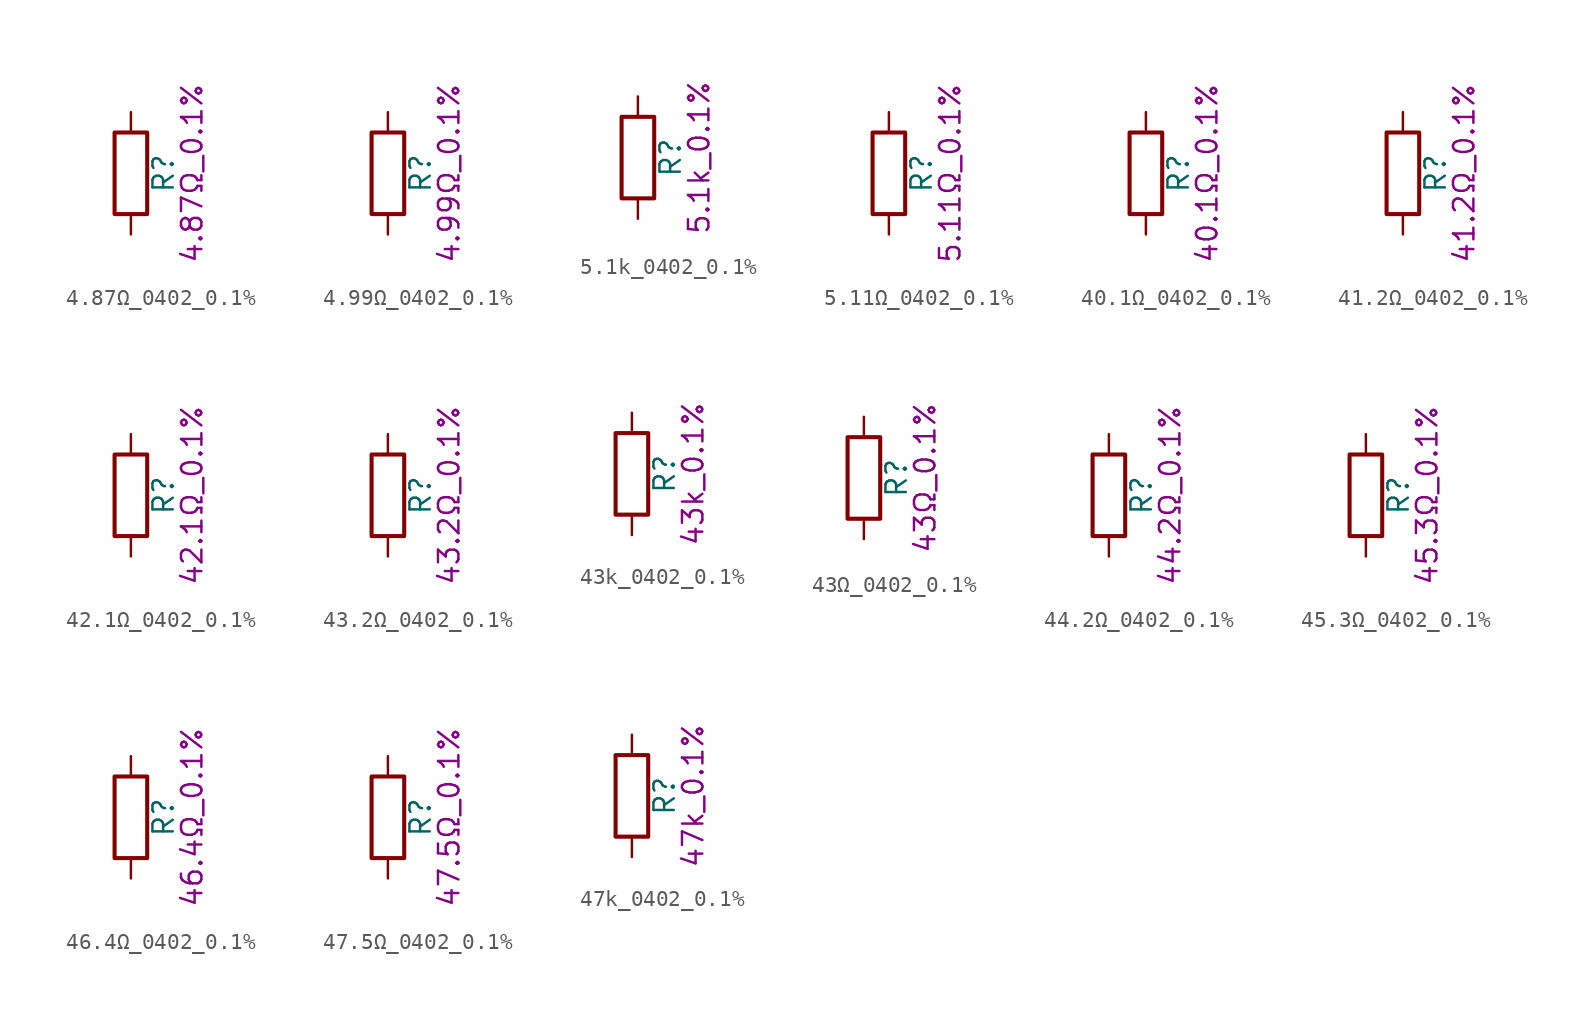
<source format=kicad_sym>
(kicad_symbol_lib
  (version 20211014)
  (generator kicad_symbol_editor)
  (symbol "4.87Ω_0402_0.1%"
    (pin_numbers hide)
    (pin_names
      (offset 0))
    (property "Reference" "R"
      (at 2.032 0 90)
      (effects (font (size 1.27 1.27))))
    (property "Display" "4.87Ω_0.1%"
      (at 3.81 0 90)
      (effects (font (size 1.27 1.27))))
    (symbol "4.87Ω_0402_0.1%_0_1"
      (rectangle (start -1.016 -2.54) (end 1.016 2.54) (stroke (width 0.254) (type default) (color 0 0 0 0)) (fill (type none))))
    (symbol "4.87Ω_0402_0.1%_1_1"
      (pin passive line (at 0 3.81 270) (length 1.27) (name "~" (effects (font (size 1.27 1.27)))) (number "1" (effects (font (size 1.27 1.27)))))
      (pin passive line (at 0 -3.81 90) (length 1.27) (name "~" (effects (font (size 1.27 1.27)))) (number "2" (effects (font (size 1.27 1.27)))))))
  (symbol "4.99Ω_0402_0.1%"
    (pin_numbers hide)
    (pin_names
      (offset 0))
    (property "Reference" "R"
      (at 2.032 0 90)
      (effects (font (size 1.27 1.27))))
    (property "Display" "4.99Ω_0.1%"
      (at 3.81 0 90)
      (effects (font (size 1.27 1.27))))
    (symbol "4.99Ω_0402_0.1%_0_1"
      (rectangle (start -1.016 -2.54) (end 1.016 2.54) (stroke (width 0.254) (type default) (color 0 0 0 0)) (fill (type none))))
    (symbol "4.99Ω_0402_0.1%_1_1"
      (pin passive line (at 0 3.81 270) (length 1.27) (name "~" (effects (font (size 1.27 1.27)))) (number "1" (effects (font (size 1.27 1.27)))))
      (pin passive line (at 0 -3.81 90) (length 1.27) (name "~" (effects (font (size 1.27 1.27)))) (number "2" (effects (font (size 1.27 1.27)))))))
  (symbol "5.1k_0402_0.1%"
    (pin_numbers hide)
    (pin_names
      (offset 0))
    (property "Reference" "R"
      (at 2.032 0 90)
      (effects (font (size 1.27 1.27))))
    (property "Display" "5.1k_0.1%"
      (at 3.81 0 90)
      (effects (font (size 1.27 1.27))))
    (symbol "5.1k_0402_0.1%_0_1"
      (rectangle (start -1.016 -2.54) (end 1.016 2.54) (stroke (width 0.254) (type default) (color 0 0 0 0)) (fill (type none))))
    (symbol "5.1k_0402_0.1%_1_1"
      (pin passive line (at 0 3.81 270) (length 1.27) (name "~" (effects (font (size 1.27 1.27)))) (number "1" (effects (font (size 1.27 1.27)))))
      (pin passive line (at 0 -3.81 90) (length 1.27) (name "~" (effects (font (size 1.27 1.27)))) (number "2" (effects (font (size 1.27 1.27)))))))
  (symbol "5.11Ω_0402_0.1%"
    (pin_numbers hide)
    (pin_names
      (offset 0))
    (property "Reference" "R"
      (at 2.032 0 90)
      (effects (font (size 1.27 1.27))))
    (property "Display" "5.11Ω_0.1%"
      (at 3.81 0 90)
      (effects (font (size 1.27 1.27))))
    (symbol "5.11Ω_0402_0.1%_0_1"
      (rectangle (start -1.016 -2.54) (end 1.016 2.54) (stroke (width 0.254) (type default) (color 0 0 0 0)) (fill (type none))))
    (symbol "5.11Ω_0402_0.1%_1_1"
      (pin passive line (at 0 3.81 270) (length 1.27) (name "~" (effects (font (size 1.27 1.27)))) (number "1" (effects (font (size 1.27 1.27)))))
      (pin passive line (at 0 -3.81 90) (length 1.27) (name "~" (effects (font (size 1.27 1.27)))) (number "2" (effects (font (size 1.27 1.27)))))))
  (symbol "40.1Ω_0402_0.1%"
    (pin_numbers hide)
    (pin_names
      (offset 0))
    (property "Reference" "R"
      (at 2.032 0 90)
      (effects (font (size 1.27 1.27))))
    (property "Display" "40.1Ω_0.1%"
      (at 3.81 0 90)
      (effects (font (size 1.27 1.27))))
    (symbol "40.1Ω_0402_0.1%_0_1"
      (rectangle (start -1.016 -2.54) (end 1.016 2.54) (stroke (width 0.254) (type default) (color 0 0 0 0)) (fill (type none))))
    (symbol "40.1Ω_0402_0.1%_1_1"
      (pin passive line (at 0 3.81 270) (length 1.27) (name "~" (effects (font (size 1.27 1.27)))) (number "1" (effects (font (size 1.27 1.27)))))
      (pin passive line (at 0 -3.81 90) (length 1.27) (name "~" (effects (font (size 1.27 1.27)))) (number "2" (effects (font (size 1.27 1.27)))))))
  (symbol "41.2Ω_0402_0.1%"
    (pin_numbers hide)
    (pin_names
      (offset 0))
    (property "Reference" "R"
      (at 2.032 0 90)
      (effects (font (size 1.27 1.27))))
    (property "Display" "41.2Ω_0.1%"
      (at 3.81 0 90)
      (effects (font (size 1.27 1.27))))
    (symbol "41.2Ω_0402_0.1%_0_1"
      (rectangle (start -1.016 -2.54) (end 1.016 2.54) (stroke (width 0.254) (type default) (color 0 0 0 0)) (fill (type none))))
    (symbol "41.2Ω_0402_0.1%_1_1"
      (pin passive line (at 0 3.81 270) (length 1.27) (name "~" (effects (font (size 1.27 1.27)))) (number "1" (effects (font (size 1.27 1.27)))))
      (pin passive line (at 0 -3.81 90) (length 1.27) (name "~" (effects (font (size 1.27 1.27)))) (number "2" (effects (font (size 1.27 1.27)))))))
  (symbol "42.1Ω_0402_0.1%"
    (pin_numbers hide)
    (pin_names
      (offset 0))
    (property "Reference" "R"
      (at 2.032 0 90)
      (effects (font (size 1.27 1.27))))
    (property "Display" "42.1Ω_0.1%"
      (at 3.81 0 90)
      (effects (font (size 1.27 1.27))))
    (symbol "42.1Ω_0402_0.1%_0_1"
      (rectangle (start -1.016 -2.54) (end 1.016 2.54) (stroke (width 0.254) (type default) (color 0 0 0 0)) (fill (type none))))
    (symbol "42.1Ω_0402_0.1%_1_1"
      (pin passive line (at 0 3.81 270) (length 1.27) (name "~" (effects (font (size 1.27 1.27)))) (number "1" (effects (font (size 1.27 1.27)))))
      (pin passive line (at 0 -3.81 90) (length 1.27) (name "~" (effects (font (size 1.27 1.27)))) (number "2" (effects (font (size 1.27 1.27)))))))
  (symbol "43.2Ω_0402_0.1%"
    (pin_numbers hide)
    (pin_names
      (offset 0))
    (property "Reference" "R"
      (at 2.032 0 90)
      (effects (font (size 1.27 1.27))))
    (property "Display" "43.2Ω_0.1%"
      (at 3.81 0 90)
      (effects (font (size 1.27 1.27))))
    (symbol "43.2Ω_0402_0.1%_0_1"
      (rectangle (start -1.016 -2.54) (end 1.016 2.54) (stroke (width 0.254) (type default) (color 0 0 0 0)) (fill (type none))))
    (symbol "43.2Ω_0402_0.1%_1_1"
      (pin passive line (at 0 3.81 270) (length 1.27) (name "~" (effects (font (size 1.27 1.27)))) (number "1" (effects (font (size 1.27 1.27)))))
      (pin passive line (at 0 -3.81 90) (length 1.27) (name "~" (effects (font (size 1.27 1.27)))) (number "2" (effects (font (size 1.27 1.27)))))))
  (symbol "43k_0402_0.1%"
    (pin_numbers hide)
    (pin_names
      (offset 0))
    (property "Reference" "R"
      (at 2.032 0 90)
      (effects (font (size 1.27 1.27))))
    (property "Display" "43k_0.1%"
      (at 3.81 0 90)
      (effects (font (size 1.27 1.27))))
    (symbol "43k_0402_0.1%_0_1"
      (rectangle (start -1.016 -2.54) (end 1.016 2.54) (stroke (width 0.254) (type default) (color 0 0 0 0)) (fill (type none))))
    (symbol "43k_0402_0.1%_1_1"
      (pin passive line (at 0 3.81 270) (length 1.27) (name "~" (effects (font (size 1.27 1.27)))) (number "1" (effects (font (size 1.27 1.27)))))
      (pin passive line (at 0 -3.81 90) (length 1.27) (name "~" (effects (font (size 1.27 1.27)))) (number "2" (effects (font (size 1.27 1.27)))))))
  (symbol "43Ω_0402_0.1%"
    (pin_numbers hide)
    (pin_names
      (offset 0))
    (property "Reference" "R"
      (at 2.032 0 90)
      (effects (font (size 1.27 1.27))))
    (property "Display" "43Ω_0.1%"
      (at 3.81 0 90)
      (effects (font (size 1.27 1.27))))
    (symbol "43Ω_0402_0.1%_0_1"
      (rectangle (start -1.016 -2.54) (end 1.016 2.54) (stroke (width 0.254) (type default) (color 0 0 0 0)) (fill (type none))))
    (symbol "43Ω_0402_0.1%_1_1"
      (pin passive line (at 0 3.81 270) (length 1.27) (name "~" (effects (font (size 1.27 1.27)))) (number "1" (effects (font (size 1.27 1.27)))))
      (pin passive line (at 0 -3.81 90) (length 1.27) (name "~" (effects (font (size 1.27 1.27)))) (number "2" (effects (font (size 1.27 1.27)))))))
  (symbol "44.2Ω_0402_0.1%"
    (pin_numbers hide)
    (pin_names
      (offset 0))
    (property "Reference" "R"
      (at 2.032 0 90)
      (effects (font (size 1.27 1.27))))
    (property "Display" "44.2Ω_0.1%"
      (at 3.81 0 90)
      (effects (font (size 1.27 1.27))))
    (symbol "44.2Ω_0402_0.1%_0_1"
      (rectangle (start -1.016 -2.54) (end 1.016 2.54) (stroke (width 0.254) (type default) (color 0 0 0 0)) (fill (type none))))
    (symbol "44.2Ω_0402_0.1%_1_1"
      (pin passive line (at 0 3.81 270) (length 1.27) (name "~" (effects (font (size 1.27 1.27)))) (number "1" (effects (font (size 1.27 1.27)))))
      (pin passive line (at 0 -3.81 90) (length 1.27) (name "~" (effects (font (size 1.27 1.27)))) (number "2" (effects (font (size 1.27 1.27)))))))
  (symbol "45.3Ω_0402_0.1%"
    (pin_numbers hide)
    (pin_names
      (offset 0))
    (property "Reference" "R"
      (at 2.032 0 90)
      (effects (font (size 1.27 1.27))))
    (property "Display" "45.3Ω_0.1%"
      (at 3.81 0 90)
      (effects (font (size 1.27 1.27))))
    (symbol "45.3Ω_0402_0.1%_0_1"
      (rectangle (start -1.016 -2.54) (end 1.016 2.54) (stroke (width 0.254) (type default) (color 0 0 0 0)) (fill (type none))))
    (symbol "45.3Ω_0402_0.1%_1_1"
      (pin passive line (at 0 3.81 270) (length 1.27) (name "~" (effects (font (size 1.27 1.27)))) (number "1" (effects (font (size 1.27 1.27)))))
      (pin passive line (at 0 -3.81 90) (length 1.27) (name "~" (effects (font (size 1.27 1.27)))) (number "2" (effects (font (size 1.27 1.27)))))))
  (symbol "46.4Ω_0402_0.1%"
    (pin_numbers hide)
    (pin_names
      (offset 0))
    (property "Reference" "R"
      (at 2.032 0 90)
      (effects (font (size 1.27 1.27))))
    (property "Display" "46.4Ω_0.1%"
      (at 3.81 0 90)
      (effects (font (size 1.27 1.27))))
    (symbol "46.4Ω_0402_0.1%_0_1"
      (rectangle (start -1.016 -2.54) (end 1.016 2.54) (stroke (width 0.254) (type default) (color 0 0 0 0)) (fill (type none))))
    (symbol "46.4Ω_0402_0.1%_1_1"
      (pin passive line (at 0 3.81 270) (length 1.27) (name "~" (effects (font (size 1.27 1.27)))) (number "1" (effects (font (size 1.27 1.27)))))
      (pin passive line (at 0 -3.81 90) (length 1.27) (name "~" (effects (font (size 1.27 1.27)))) (number "2" (effects (font (size 1.27 1.27)))))))
  (symbol "47.5Ω_0402_0.1%"
    (pin_numbers hide)
    (pin_names
      (offset 0))
    (property "Reference" "R"
      (at 2.032 0 90)
      (effects (font (size 1.27 1.27))))
    (property "Display" "47.5Ω_0.1%"
      (at 3.81 0 90)
      (effects (font (size 1.27 1.27))))
    (symbol "47.5Ω_0402_0.1%_0_1"
      (rectangle (start -1.016 -2.54) (end 1.016 2.54) (stroke (width 0.254) (type default) (color 0 0 0 0)) (fill (type none))))
    (symbol "47.5Ω_0402_0.1%_1_1"
      (pin passive line (at 0 3.81 270) (length 1.27) (name "~" (effects (font (size 1.27 1.27)))) (number "1" (effects (font (size 1.27 1.27)))))
      (pin passive line (at 0 -3.81 90) (length 1.27) (name "~" (effects (font (size 1.27 1.27)))) (number "2" (effects (font (size 1.27 1.27)))))))
  (symbol "47k_0402_0.1%"
    (pin_numbers hide)
    (pin_names
      (offset 0))
    (property "Reference" "R"
      (at 2.032 0 90)
      (effects (font (size 1.27 1.27))))
    (property "Display" "47k_0.1%"
      (at 3.81 0 90)
      (effects (font (size 1.27 1.27))))
    (symbol "47k_0402_0.1%_0_1"
      (rectangle (start -1.016 -2.54) (end 1.016 2.54) (stroke (width 0.254) (type default) (color 0 0 0 0)) (fill (type none))))
    (symbol "47k_0402_0.1%_1_1"
      (pin passive line (at 0 3.81 270) (length 1.27) (name "~" (effects (font (size 1.27 1.27)))) (number "1" (effects (font (size 1.27 1.27)))))
      (pin passive line (at 0 -3.81 90) (length 1.27) (name "~" (effects (font (size 1.27 1.27)))) (number "2" (effects (font (size 1.27 1.27))))))))
</source>
